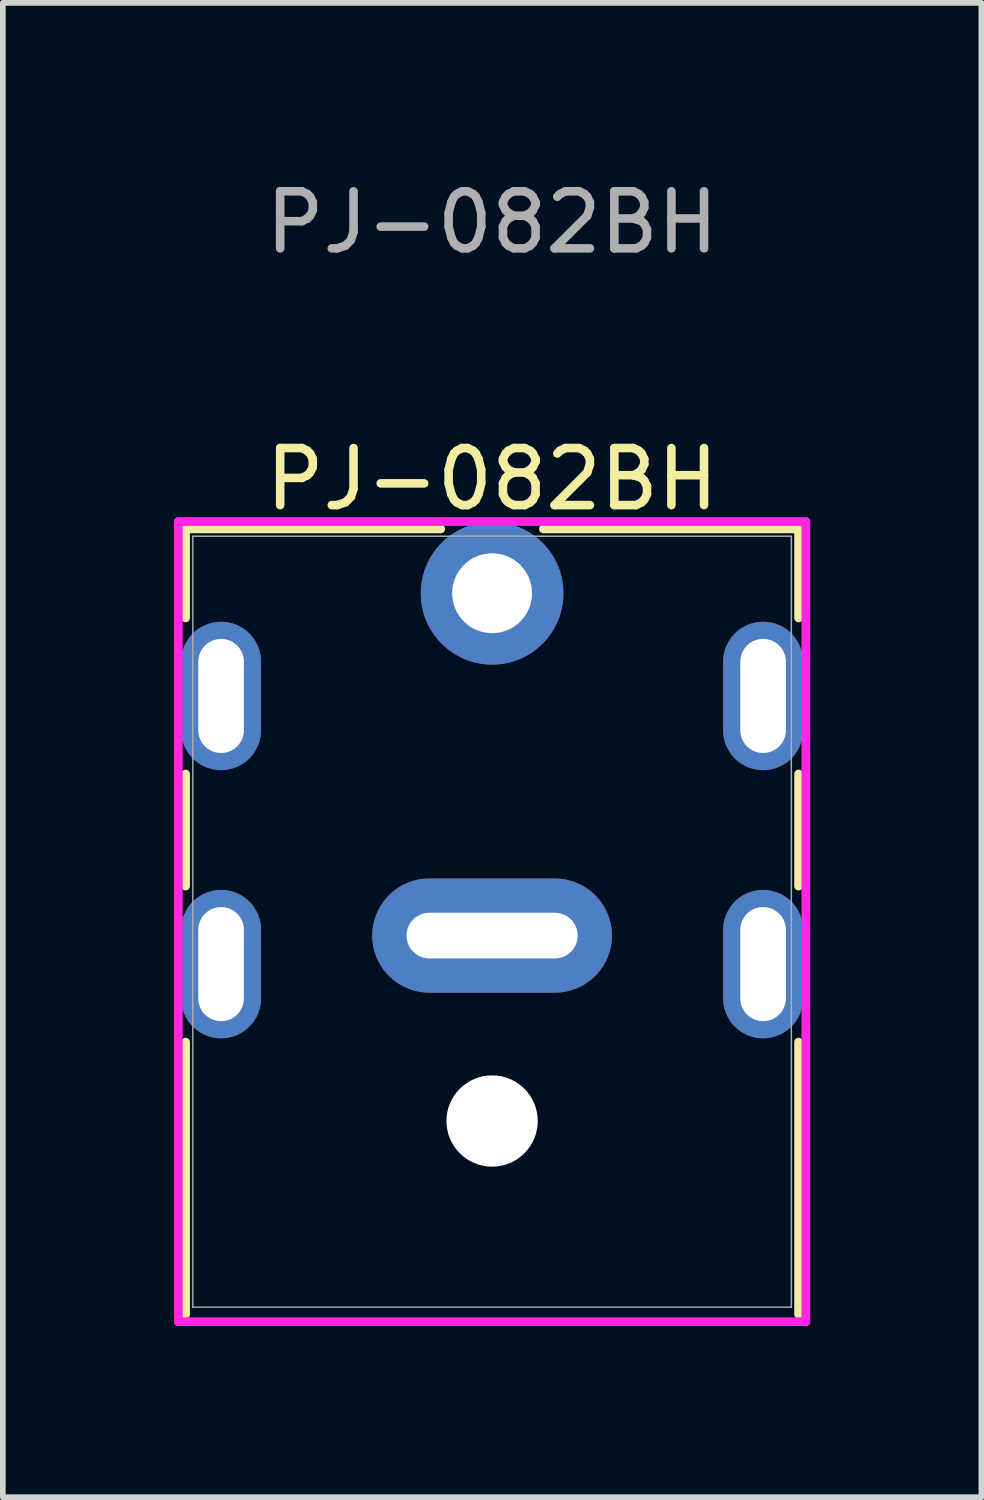
<source format=kicad_pcb>
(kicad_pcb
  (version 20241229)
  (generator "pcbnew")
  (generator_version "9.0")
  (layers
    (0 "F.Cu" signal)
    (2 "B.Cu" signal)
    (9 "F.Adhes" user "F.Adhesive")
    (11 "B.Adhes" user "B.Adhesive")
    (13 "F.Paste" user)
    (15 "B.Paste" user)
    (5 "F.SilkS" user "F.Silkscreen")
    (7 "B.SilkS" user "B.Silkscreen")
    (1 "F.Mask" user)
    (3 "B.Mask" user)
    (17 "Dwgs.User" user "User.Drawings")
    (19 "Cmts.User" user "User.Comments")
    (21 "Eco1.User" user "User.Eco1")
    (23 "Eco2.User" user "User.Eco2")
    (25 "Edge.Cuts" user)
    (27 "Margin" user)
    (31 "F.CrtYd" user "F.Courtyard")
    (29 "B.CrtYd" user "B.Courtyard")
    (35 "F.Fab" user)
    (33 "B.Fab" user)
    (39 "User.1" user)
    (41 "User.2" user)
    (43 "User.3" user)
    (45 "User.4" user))
  (footprint "PJ-082BH"
    (layer "F.Cu")
    (at 5.575 7.348)
    (property "Reference" "PJ-082BH" (at 0 -2 0) (unlocked yes) (layer "F.SilkS") (effects (font (size 1 1) (thickness 0.15))))
    (attr through_hole)
    (fp_line (start -5.372 -1.127) (end -5.372 0.433) (stroke (width 0.152) (type solid)) (layer "F.SilkS"))
    (fp_line (start -5.372 3.167) (end -5.372 5.133) (stroke (width 0.152) (type solid)) (layer "F.SilkS"))
    (fp_line (start -5.372 7.867) (end -5.372 12.64) (stroke (width 0.152) (type solid)) (layer "F.SilkS"))
    (fp_line (start -0.9 -1.127) (end -5.372 -1.127) (stroke (width 0.152) (type solid)) (layer "F.SilkS"))
    (fp_line (start 5.372 -1.127) (end 0.9 -1.127) (stroke (width 0.152) (type solid)) (layer "F.SilkS"))
    (fp_line (start 5.372 0.433) (end 5.372 -1.127) (stroke (width 0.152) (type solid)) (layer "F.SilkS"))
    (fp_line (start 5.372 5.133) (end 5.372 3.167) (stroke (width 0.152) (type solid)) (layer "F.SilkS"))
    (fp_line (start 5.372 12.64) (end 5.372 7.867) (stroke (width 0.152) (type solid)) (layer "F.SilkS"))
    (fp_line (start -5.499 -1.257) (end -5.499 12.767) (stroke (width 0.152) (type solid)) (layer "F.CrtYd"))
    (fp_line (start -5.499 12.767) (end 5.499 12.767) (stroke (width 0.152) (type solid)) (layer "F.CrtYd"))
    (fp_line (start 5.499 -1.257) (end -5.499 -1.257) (stroke (width 0.152) (type solid)) (layer "F.CrtYd"))
    (fp_line (start 5.499 12.767) (end 5.499 -1.257) (stroke (width 0.152) (type solid)) (layer "F.CrtYd"))
    (fp_line (start -5.245 -1) (end -5.245 12.513) (stroke (width 0.025) (type solid)) (layer "F.Fab"))
    (fp_line (start -5.245 12.513) (end 5.245 12.513) (stroke (width 0.025) (type solid)) (layer "F.Fab"))
    (fp_line (start 5.245 -1) (end -5.245 -1) (stroke (width 0.025) (type solid)) (layer "F.Fab"))
    (fp_line (start 5.245 12.513) (end 5.245 -1) (stroke (width 0.025) (type solid)) (layer "F.Fab"))
    (fp_text user "${REFERENCE}" (at 0 -6.5 0) (unlocked yes) (layer "F.Fab") (effects (font (size 1 1) (thickness 0.15))))
    (pad "" np_thru_hole circle (at 0 9.25) (size 1.6 1.6) (drill 1.6) (layers "*.Cu" "*.Mask"))
    (pad "1" thru_hole circle (at 0 0) (size 2.5 2.5) (drill 1.4) (layers "*.Cu" "*.Mask"))
    (pad "2" thru_hole oval (at 0 6) (size 4.2 2) (drill oval 3 0.8) (layers "*.Cu" "*.Mask"))
    (pad "SH" thru_hole oval (at -4.75 1.8 90) (size 2.6 1.4) (drill oval 2 0.8) (layers "*.Cu" "*.Mask"))
    (pad "SH" thru_hole oval (at -4.75 6.5 90) (size 2.6 1.4) (drill oval 2 0.8) (layers "*.Cu" "*.Mask"))
    (pad "SH" thru_hole oval (at 4.75 1.8 90) (size 2.6 1.4) (drill oval 2 0.8) (layers "*.Cu" "*.Mask"))
    (pad "SH" thru_hole oval (at 4.75 6.5 90) (size 2.6 1.4) (drill oval 2 0.8) (layers "*.Cu" "*.Mask")))
  (gr_rect
    (start -3 -3)
    (end 14.151 23.191)
    (stroke (width 0.1) (type default))
    (fill no)
    (layer "Edge.Cuts")))
</source>
